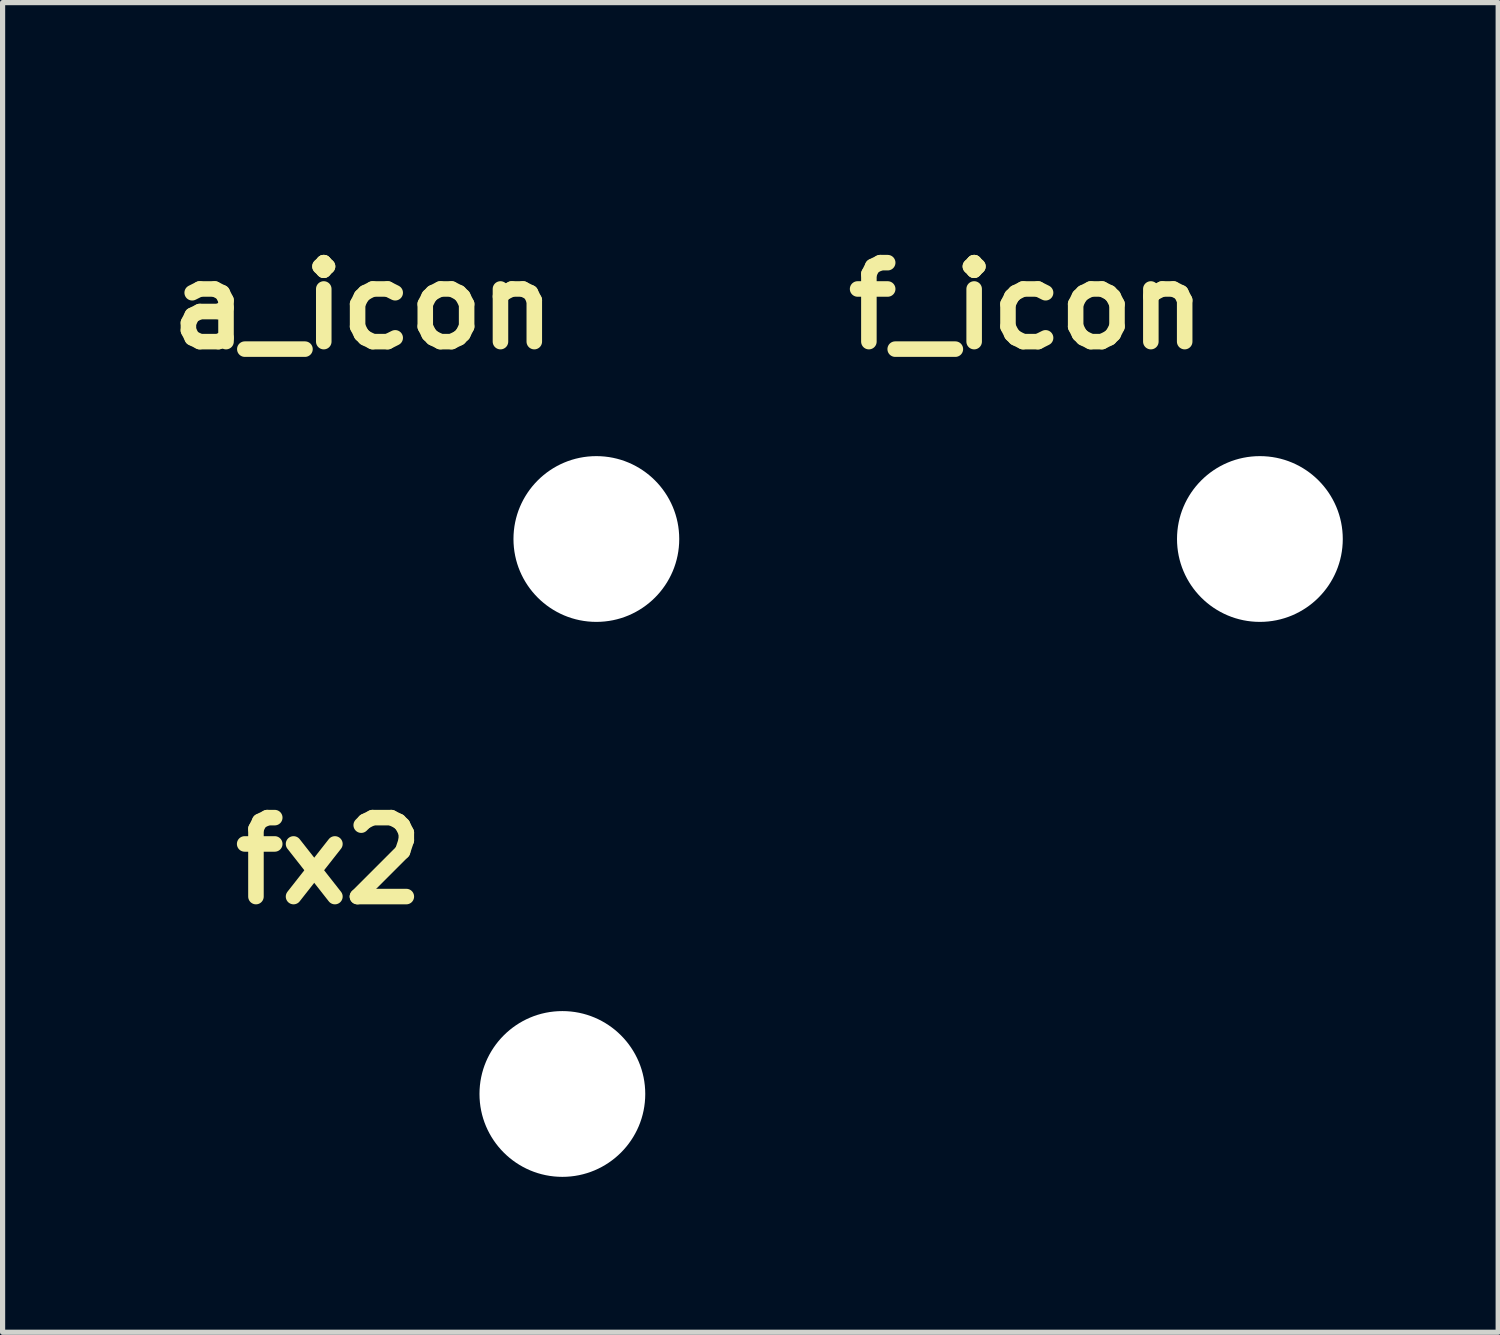
<source format=kicad_pcb>
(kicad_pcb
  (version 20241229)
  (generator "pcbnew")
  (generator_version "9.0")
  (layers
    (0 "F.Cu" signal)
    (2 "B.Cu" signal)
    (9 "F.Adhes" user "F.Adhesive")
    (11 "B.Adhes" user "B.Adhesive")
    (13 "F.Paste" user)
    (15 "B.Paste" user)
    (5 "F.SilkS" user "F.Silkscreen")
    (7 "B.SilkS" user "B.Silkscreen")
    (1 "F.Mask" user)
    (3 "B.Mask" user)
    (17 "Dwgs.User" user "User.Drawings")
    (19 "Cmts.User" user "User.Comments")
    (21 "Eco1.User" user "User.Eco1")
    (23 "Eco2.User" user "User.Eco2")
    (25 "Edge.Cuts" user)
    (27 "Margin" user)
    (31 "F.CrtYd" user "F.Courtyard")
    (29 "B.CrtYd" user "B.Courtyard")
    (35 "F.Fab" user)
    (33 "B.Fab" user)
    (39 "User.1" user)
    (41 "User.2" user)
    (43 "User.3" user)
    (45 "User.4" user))
  (footprint "fx2"
    (layer "F.Cu")
    (at 7.806 18.068)
    (property "Reference" "fx2" (at -4.5 -4.5 0) (layer "F.SilkS") (effects (font (size 1.524 1.524) (thickness 0.3))))
    (attr through_hole)
    (fp_poly (pts (xy -1.542 -3.761) (xy -1.465 -3.736) (xy -1.392 -3.698) (xy -1.326 -3.644) (xy -1.317 -3.636) (xy -1.264 -3.57) (xy -1.225 -3.498) (xy -1.201 -3.421) (xy -1.191 -3.342) (xy -1.196 -3.263) (xy -1.215 -3.185) (xy -1.248 -3.11) (xy -1.296 -3.042) (xy -1.322 -3.014) (xy -1.387 -2.961) (xy -1.46 -2.92) (xy -1.539 -2.895) (xy -1.622 -2.884) (xy -1.705 -2.889) (xy -1.738 -2.896) (xy -1.809 -2.92) (xy -1.877 -2.958) (xy -1.939 -3.006) (xy -1.99 -3.062) (xy -2.014 -3.098) (xy -2.05 -3.174) (xy -2.071 -3.255) (xy -2.077 -3.337) (xy -2.068 -3.418) (xy -2.044 -3.496) (xy -2.006 -3.568) (xy -1.98 -3.604) (xy -1.919 -3.665) (xy -1.851 -3.713) (xy -1.777 -3.746) (xy -1.7 -3.765) (xy -1.621 -3.77) (xy -1.542 -3.761)) (stroke (width 0.01) (type solid)) (fill yes) (layer "F.Mask"))
    (fp_poly (pts (xy -1.557 -6.101) (xy -1.477 -6.078) (xy -1.401 -6.041) (xy -1.334 -5.989) (xy -1.322 -5.977) (xy -1.267 -5.912) (xy -1.228 -5.841) (xy -1.203 -5.767) (xy -1.192 -5.69) (xy -1.194 -5.614) (xy -1.21 -5.539) (xy -1.238 -5.467) (xy -1.278 -5.401) (xy -1.33 -5.342) (xy -1.394 -5.293) (xy -1.468 -5.254) (xy -1.494 -5.244) (xy -1.543 -5.231) (xy -1.6 -5.224) (xy -1.659 -5.223) (xy -1.713 -5.228) (xy -1.733 -5.232) (xy -1.815 -5.261) (xy -1.887 -5.302) (xy -1.949 -5.354) (xy -1.999 -5.415) (xy -2.038 -5.483) (xy -2.064 -5.557) (xy -2.076 -5.634) (xy -2.075 -5.714) (xy -2.058 -5.794) (xy -2.026 -5.872) (xy -2.014 -5.894) (xy -1.972 -5.952) (xy -1.916 -6.005) (xy -1.851 -6.049) (xy -1.782 -6.082) (xy -1.726 -6.099) (xy -1.641 -6.108) (xy -1.557 -6.101)) (stroke (width 0.01) (type solid)) (fill yes) (layer "F.Mask"))
    (fp_poly (pts (xy -5.591 -6.031) (xy -5.501 -6.031) (xy -5.423 -6.03) (xy -5.355 -6.029) (xy -5.297 -6.028) (xy -5.248 -6.027) (xy -5.206 -6.025) (xy -5.172 -6.023) (xy -5.144 -6.02) (xy -5.121 -6.017) (xy -5.104 -6.014) (xy -5.09 -6.01) (xy -5.079 -6.005) (xy -5.07 -6) (xy -5.063 -5.995) (xy -5.057 -5.988) (xy -5.05 -5.981) (xy -5.044 -5.974) (xy -5.034 -5.963) (xy -5.015 -5.938) (xy -4.988 -5.902) (xy -4.954 -5.855) (xy -4.914 -5.799) (xy -4.868 -5.735) (xy -4.817 -5.664) (xy -4.762 -5.587) (xy -4.704 -5.505) (xy -4.644 -5.42) (xy -4.635 -5.408) (xy -4.576 -5.323) (xy -4.519 -5.242) (xy -4.465 -5.167) (xy -4.416 -5.098) (xy -4.372 -5.037) (xy -4.334 -4.983) (xy -4.302 -4.939) (xy -4.277 -4.906) (xy -4.261 -4.884) (xy -4.253 -4.875) (xy -4.253 -4.875) (xy -4.247 -4.882) (xy -4.232 -4.902) (xy -4.209 -4.933) (xy -4.179 -4.975) (xy -4.142 -5.027) (xy -4.099 -5.087) (xy -4.05 -5.155) (xy -3.997 -5.229) (xy -3.941 -5.309) (xy -3.882 -5.393) (xy -3.87 -5.41) (xy -3.809 -5.495) (xy -3.751 -5.576) (xy -3.696 -5.653) (xy -3.646 -5.724) (xy -3.6 -5.789) (xy -3.559 -5.845) (xy -3.525 -5.892) (xy -3.499 -5.928) (xy -3.48 -5.953) (xy -3.47 -5.966) (xy -3.469 -5.967) (xy -3.425 -6.003) (xy -3.375 -6.023) (xy -3.321 -6.028) (xy -3.266 -6.017) (xy -3.221 -5.995) (xy -3.179 -5.961) (xy -3.149 -5.917) (xy -3.13 -5.867) (xy -3.126 -5.814) (xy -3.135 -5.763) (xy -3.139 -5.752) (xy -3.146 -5.741) (xy -3.162 -5.717) (xy -3.186 -5.681) (xy -3.218 -5.635) (xy -3.256 -5.579) (xy -3.301 -5.515) (xy -3.351 -5.443) (xy -3.406 -5.365) (xy -3.464 -5.281) (xy -3.526 -5.194) (xy -3.572 -5.129) (xy -3.635 -5.039) (xy -3.696 -4.953) (xy -3.753 -4.872) (xy -3.806 -4.797) (xy -3.854 -4.729) (xy -3.896 -4.669) (xy -3.932 -4.618) (xy -3.961 -4.576) (xy -3.981 -4.546) (xy -3.994 -4.528) (xy -3.997 -4.522) (xy -3.993 -4.513) (xy -3.98 -4.492) (xy -3.957 -4.457) (xy -3.927 -4.411) (xy -3.888 -4.355) (xy -3.842 -4.288) (xy -3.789 -4.211) (xy -3.729 -4.126) (xy -3.664 -4.033) (xy -3.593 -3.933) (xy -3.592 -3.932) (xy -3.529 -3.843) (xy -3.469 -3.757) (xy -3.411 -3.676) (xy -3.358 -3.6) (xy -3.309 -3.531) (xy -3.266 -3.47) (xy -3.229 -3.418) (xy -3.199 -3.375) (xy -3.177 -3.344) (xy -3.164 -3.324) (xy -3.16 -3.319) (xy -3.136 -3.267) (xy -3.126 -3.213) (xy -3.131 -3.159) (xy -3.15 -3.109) (xy -3.183 -3.065) (xy -3.219 -3.036) (xy -3.271 -3.012) (xy -3.326 -3.004) (xy -3.382 -3.012) (xy -3.434 -3.035) (xy -3.443 -3.041) (xy -3.454 -3.051) (xy -3.473 -3.075) (xy -3.501 -3.11) (xy -3.537 -3.159) (xy -3.582 -3.22) (xy -3.636 -3.295) (xy -3.699 -3.383) (xy -3.772 -3.484) (xy -3.853 -3.6) (xy -3.862 -3.611) (xy -3.922 -3.697) (xy -3.98 -3.779) (xy -4.035 -3.855) (xy -4.085 -3.926) (xy -4.13 -3.989) (xy -4.169 -4.044) (xy -4.202 -4.089) (xy -4.227 -4.125) (xy -4.245 -4.149) (xy -4.254 -4.16) (xy -4.255 -4.161) (xy -4.26 -4.154) (xy -4.274 -4.135) (xy -4.297 -4.103) (xy -4.327 -4.061) (xy -4.364 -4.009) (xy -4.407 -3.949) (xy -4.456 -3.881) (xy -4.509 -3.806) (xy -4.565 -3.726) (xy -4.625 -3.642) (xy -4.648 -3.61) (xy -4.728 -3.496) (xy -4.799 -3.396) (xy -4.861 -3.309) (xy -4.915 -3.235) (xy -4.96 -3.174) (xy -4.997 -3.124) (xy -5.026 -3.086) (xy -5.047 -3.06) (xy -5.062 -3.044) (xy -5.067 -3.039) (xy -5.118 -3.015) (xy -5.172 -3.005) (xy -5.225 -3.01) (xy -5.275 -3.028) (xy -5.318 -3.059) (xy -5.352 -3.102) (xy -5.358 -3.114) (xy -5.376 -3.164) (xy -5.381 -3.217) (xy -5.373 -3.267) (xy -5.363 -3.29) (xy -5.356 -3.302) (xy -5.339 -3.326) (xy -5.315 -3.363) (xy -5.282 -3.409) (xy -5.243 -3.466) (xy -5.198 -3.53) (xy -5.147 -3.603) (xy -5.092 -3.681) (xy -5.034 -3.765) (xy -4.972 -3.852) (xy -4.927 -3.915) (xy -4.864 -4.004) (xy -4.804 -4.09) (xy -4.747 -4.17) (xy -4.695 -4.245) (xy -4.648 -4.312) (xy -4.606 -4.372) (xy -4.571 -4.423) (xy -4.543 -4.464) (xy -4.523 -4.493) (xy -4.511 -4.511) (xy -4.508 -4.516) (xy -4.513 -4.524) (xy -4.527 -4.545) (xy -4.549 -4.578) (xy -4.579 -4.621) (xy -4.616 -4.674) (xy -4.658 -4.735) (xy -4.706 -4.804) (xy -4.759 -4.879) (xy -4.816 -4.959) (xy -4.876 -5.044) (xy -4.896 -5.073) (xy -5.284 -5.621) (xy -6.34 -5.624) (xy -7.395 -5.626) (xy -7.395 -4.737) (xy -6.695 -4.737) (xy -6.557 -4.737) (xy -6.436 -4.737) (xy -6.33 -4.736) (xy -6.238 -4.736) (xy -6.161 -4.735) (xy -6.098 -4.734) (xy -6.047 -4.733) (xy -6.009 -4.731) (xy -5.982 -4.73) (xy -5.966 -4.728) (xy -5.963 -4.727) (xy -5.915 -4.704) (xy -5.876 -4.669) (xy -5.848 -4.623) (xy -5.832 -4.569) (xy -5.829 -4.533) (xy -5.836 -4.475) (xy -5.859 -4.426) (xy -5.896 -4.385) (xy -5.93 -4.361) (xy -5.977 -4.335) (xy -7.394 -4.33) (xy -7.396 -3.74) (xy -7.397 -3.624) (xy -7.397 -3.524) (xy -7.398 -3.438) (xy -7.398 -3.365) (xy -7.399 -3.305) (xy -7.4 -3.255) (xy -7.402 -3.214) (xy -7.404 -3.182) (xy -7.407 -3.156) (xy -7.411 -3.136) (xy -7.415 -3.121) (xy -7.421 -3.108) (xy -7.427 -3.098) (xy -7.435 -3.088) (xy -7.444 -3.078) (xy -7.45 -3.07) (xy -7.484 -3.041) (xy -7.527 -3.019) (xy -7.575 -3.006) (xy -7.621 -3.004) (xy -7.649 -3.009) (xy -7.697 -3.032) (xy -7.739 -3.063) (xy -7.772 -3.101) (xy -7.791 -3.142) (xy -7.792 -3.143) (xy -7.793 -3.155) (xy -7.794 -3.182) (xy -7.796 -3.223) (xy -7.797 -3.279) (xy -7.797 -3.35) (xy -7.798 -3.437) (xy -7.799 -3.538) (xy -7.799 -3.656) (xy -7.8 -3.789) (xy -7.8 -3.939) (xy -7.801 -4.104) (xy -7.801 -4.287) (xy -7.801 -4.485) (xy -7.801 -4.524) (xy -7.801 -4.703) (xy -7.801 -4.866) (xy -7.801 -5.014) (xy -7.801 -5.147) (xy -7.801 -5.267) (xy -7.801 -5.373) (xy -7.8 -5.467) (xy -7.8 -5.55) (xy -7.799 -5.622) (xy -7.798 -5.685) (xy -7.797 -5.738) (xy -7.796 -5.783) (xy -7.794 -5.821) (xy -7.792 -5.852) (xy -7.789 -5.877) (xy -7.786 -5.896) (xy -7.783 -5.912) (xy -7.78 -5.924) (xy -7.775 -5.933) (xy -7.771 -5.94) (xy -7.765 -5.946) (xy -7.76 -5.951) (xy -7.753 -5.957) (xy -7.748 -5.963) (xy -7.722 -5.986) (xy -7.693 -6.006) (xy -7.687 -6.009) (xy -7.653 -6.028) (xy -6.409 -6.03) (xy -6.235 -6.03) (xy -6.077 -6.031) (xy -5.935 -6.031) (xy -5.807 -6.031) (xy -5.692 -6.031) (xy -5.591 -6.031)) (stroke (width 0.01) (type solid)) (fill yes) (layer "F.Mask"))
    (fp_poly (pts (xy -1.542 -3.761) (xy -1.465 -3.736) (xy -1.392 -3.698) (xy -1.326 -3.644) (xy -1.317 -3.636) (xy -1.264 -3.57) (xy -1.225 -3.498) (xy -1.201 -3.421) (xy -1.191 -3.342) (xy -1.196 -3.263) (xy -1.215 -3.185) (xy -1.248 -3.11) (xy -1.296 -3.042) (xy -1.322 -3.014) (xy -1.387 -2.961) (xy -1.46 -2.92) (xy -1.539 -2.895) (xy -1.622 -2.884) (xy -1.705 -2.889) (xy -1.738 -2.896) (xy -1.809 -2.92) (xy -1.877 -2.958) (xy -1.939 -3.006) (xy -1.99 -3.062) (xy -2.014 -3.098) (xy -2.05 -3.174) (xy -2.071 -3.255) (xy -2.077 -3.337) (xy -2.068 -3.418) (xy -2.044 -3.496) (xy -2.006 -3.568) (xy -1.98 -3.604) (xy -1.919 -3.665) (xy -1.851 -3.713) (xy -1.777 -3.746) (xy -1.7 -3.765) (xy -1.621 -3.77) (xy -1.542 -3.761)) (stroke (width 0.01) (type solid)) (fill yes) (layer "B.Mask"))
    (fp_poly (pts (xy -1.557 -6.101) (xy -1.477 -6.078) (xy -1.401 -6.041) (xy -1.334 -5.989) (xy -1.322 -5.977) (xy -1.267 -5.912) (xy -1.228 -5.841) (xy -1.203 -5.767) (xy -1.192 -5.69) (xy -1.194 -5.614) (xy -1.21 -5.539) (xy -1.238 -5.467) (xy -1.278 -5.401) (xy -1.33 -5.342) (xy -1.394 -5.293) (xy -1.468 -5.254) (xy -1.494 -5.244) (xy -1.543 -5.231) (xy -1.6 -5.224) (xy -1.659 -5.223) (xy -1.713 -5.228) (xy -1.733 -5.232) (xy -1.815 -5.261) (xy -1.887 -5.302) (xy -1.949 -5.354) (xy -1.999 -5.415) (xy -2.038 -5.483) (xy -2.064 -5.557) (xy -2.076 -5.634) (xy -2.075 -5.714) (xy -2.058 -5.794) (xy -2.026 -5.872) (xy -2.014 -5.894) (xy -1.972 -5.952) (xy -1.916 -6.005) (xy -1.851 -6.049) (xy -1.782 -6.082) (xy -1.726 -6.099) (xy -1.641 -6.108) (xy -1.557 -6.101)) (stroke (width 0.01) (type solid)) (fill yes) (layer "B.Mask"))
    (fp_poly (pts (xy -5.591 -6.031) (xy -5.501 -6.031) (xy -5.423 -6.03) (xy -5.355 -6.029) (xy -5.297 -6.028) (xy -5.248 -6.027) (xy -5.206 -6.025) (xy -5.172 -6.023) (xy -5.144 -6.02) (xy -5.121 -6.017) (xy -5.104 -6.014) (xy -5.09 -6.01) (xy -5.079 -6.005) (xy -5.07 -6) (xy -5.063 -5.995) (xy -5.057 -5.988) (xy -5.05 -5.981) (xy -5.044 -5.974) (xy -5.034 -5.963) (xy -5.015 -5.938) (xy -4.988 -5.902) (xy -4.954 -5.855) (xy -4.914 -5.799) (xy -4.868 -5.735) (xy -4.817 -5.664) (xy -4.762 -5.587) (xy -4.704 -5.505) (xy -4.644 -5.42) (xy -4.635 -5.408) (xy -4.576 -5.323) (xy -4.519 -5.242) (xy -4.465 -5.167) (xy -4.416 -5.098) (xy -4.372 -5.037) (xy -4.334 -4.983) (xy -4.302 -4.939) (xy -4.277 -4.906) (xy -4.261 -4.884) (xy -4.253 -4.875) (xy -4.253 -4.875) (xy -4.247 -4.882) (xy -4.232 -4.902) (xy -4.209 -4.933) (xy -4.179 -4.975) (xy -4.142 -5.027) (xy -4.099 -5.087) (xy -4.05 -5.155) (xy -3.997 -5.229) (xy -3.941 -5.309) (xy -3.882 -5.393) (xy -3.87 -5.41) (xy -3.809 -5.495) (xy -3.751 -5.576) (xy -3.696 -5.653) (xy -3.646 -5.724) (xy -3.6 -5.789) (xy -3.559 -5.845) (xy -3.525 -5.892) (xy -3.499 -5.928) (xy -3.48 -5.953) (xy -3.47 -5.966) (xy -3.469 -5.967) (xy -3.425 -6.003) (xy -3.375 -6.023) (xy -3.321 -6.028) (xy -3.266 -6.017) (xy -3.221 -5.995) (xy -3.179 -5.961) (xy -3.149 -5.917) (xy -3.13 -5.867) (xy -3.126 -5.814) (xy -3.135 -5.763) (xy -3.139 -5.752) (xy -3.146 -5.741) (xy -3.162 -5.717) (xy -3.186 -5.681) (xy -3.218 -5.635) (xy -3.256 -5.579) (xy -3.301 -5.515) (xy -3.351 -5.443) (xy -3.406 -5.365) (xy -3.464 -5.281) (xy -3.526 -5.194) (xy -3.572 -5.129) (xy -3.635 -5.039) (xy -3.696 -4.953) (xy -3.753 -4.872) (xy -3.806 -4.797) (xy -3.854 -4.729) (xy -3.896 -4.669) (xy -3.932 -4.618) (xy -3.961 -4.576) (xy -3.981 -4.546) (xy -3.994 -4.528) (xy -3.997 -4.522) (xy -3.993 -4.513) (xy -3.98 -4.492) (xy -3.957 -4.457) (xy -3.927 -4.411) (xy -3.888 -4.355) (xy -3.842 -4.288) (xy -3.789 -4.211) (xy -3.729 -4.126) (xy -3.664 -4.033) (xy -3.593 -3.933) (xy -3.592 -3.932) (xy -3.529 -3.843) (xy -3.469 -3.757) (xy -3.411 -3.676) (xy -3.358 -3.6) (xy -3.309 -3.531) (xy -3.266 -3.47) (xy -3.229 -3.418) (xy -3.199 -3.375) (xy -3.177 -3.344) (xy -3.164 -3.324) (xy -3.16 -3.319) (xy -3.136 -3.267) (xy -3.126 -3.213) (xy -3.131 -3.159) (xy -3.15 -3.109) (xy -3.183 -3.065) (xy -3.219 -3.036) (xy -3.271 -3.012) (xy -3.326 -3.004) (xy -3.382 -3.012) (xy -3.434 -3.035) (xy -3.443 -3.041) (xy -3.454 -3.051) (xy -3.473 -3.075) (xy -3.501 -3.11) (xy -3.537 -3.159) (xy -3.582 -3.22) (xy -3.636 -3.295) (xy -3.699 -3.383) (xy -3.772 -3.484) (xy -3.853 -3.6) (xy -3.862 -3.611) (xy -3.922 -3.697) (xy -3.98 -3.779) (xy -4.035 -3.855) (xy -4.085 -3.926) (xy -4.13 -3.989) (xy -4.169 -4.044) (xy -4.202 -4.089) (xy -4.227 -4.125) (xy -4.245 -4.149) (xy -4.254 -4.16) (xy -4.255 -4.161) (xy -4.26 -4.154) (xy -4.274 -4.135) (xy -4.297 -4.103) (xy -4.327 -4.061) (xy -4.364 -4.009) (xy -4.407 -3.949) (xy -4.456 -3.881) (xy -4.509 -3.806) (xy -4.565 -3.726) (xy -4.625 -3.642) (xy -4.648 -3.61) (xy -4.728 -3.496) (xy -4.799 -3.396) (xy -4.861 -3.309) (xy -4.915 -3.235) (xy -4.96 -3.174) (xy -4.997 -3.124) (xy -5.026 -3.086) (xy -5.047 -3.06) (xy -5.062 -3.044) (xy -5.067 -3.039) (xy -5.118 -3.015) (xy -5.172 -3.005) (xy -5.225 -3.01) (xy -5.275 -3.028) (xy -5.318 -3.059) (xy -5.352 -3.102) (xy -5.358 -3.114) (xy -5.376 -3.164) (xy -5.381 -3.217) (xy -5.373 -3.267) (xy -5.363 -3.29) (xy -5.356 -3.302) (xy -5.339 -3.326) (xy -5.315 -3.363) (xy -5.282 -3.409) (xy -5.243 -3.466) (xy -5.198 -3.53) (xy -5.147 -3.603) (xy -5.092 -3.681) (xy -5.034 -3.765) (xy -4.972 -3.852) (xy -4.927 -3.915) (xy -4.864 -4.004) (xy -4.804 -4.09) (xy -4.747 -4.17) (xy -4.695 -4.245) (xy -4.648 -4.312) (xy -4.606 -4.372) (xy -4.571 -4.423) (xy -4.543 -4.464) (xy -4.523 -4.493) (xy -4.511 -4.511) (xy -4.508 -4.516) (xy -4.513 -4.524) (xy -4.527 -4.545) (xy -4.549 -4.578) (xy -4.579 -4.621) (xy -4.616 -4.674) (xy -4.658 -4.735) (xy -4.706 -4.804) (xy -4.759 -4.879) (xy -4.816 -4.959) (xy -4.876 -5.044) (xy -4.896 -5.073) (xy -5.284 -5.621) (xy -6.34 -5.624) (xy -7.395 -5.626) (xy -7.395 -4.737) (xy -6.695 -4.737) (xy -6.557 -4.737) (xy -6.436 -4.737) (xy -6.33 -4.736) (xy -6.238 -4.736) (xy -6.161 -4.735) (xy -6.098 -4.734) (xy -6.047 -4.733) (xy -6.009 -4.731) (xy -5.982 -4.73) (xy -5.966 -4.728) (xy -5.963 -4.727) (xy -5.915 -4.704) (xy -5.876 -4.669) (xy -5.848 -4.623) (xy -5.832 -4.569) (xy -5.829 -4.533) (xy -5.836 -4.475) (xy -5.859 -4.426) (xy -5.896 -4.385) (xy -5.93 -4.361) (xy -5.977 -4.335) (xy -7.394 -4.33) (xy -7.396 -3.74) (xy -7.397 -3.624) (xy -7.397 -3.524) (xy -7.398 -3.438) (xy -7.398 -3.365) (xy -7.399 -3.305) (xy -7.4 -3.255) (xy -7.402 -3.214) (xy -7.404 -3.182) (xy -7.407 -3.156) (xy -7.411 -3.136) (xy -7.415 -3.121) (xy -7.421 -3.108) (xy -7.427 -3.098) (xy -7.435 -3.088) (xy -7.444 -3.078) (xy -7.45 -3.07) (xy -7.484 -3.041) (xy -7.527 -3.019) (xy -7.575 -3.006) (xy -7.621 -3.004) (xy -7.649 -3.009) (xy -7.697 -3.032) (xy -7.739 -3.063) (xy -7.772 -3.101) (xy -7.791 -3.142) (xy -7.792 -3.143) (xy -7.793 -3.155) (xy -7.794 -3.182) (xy -7.796 -3.223) (xy -7.797 -3.279) (xy -7.797 -3.35) (xy -7.798 -3.437) (xy -7.799 -3.538) (xy -7.799 -3.656) (xy -7.8 -3.789) (xy -7.8 -3.939) (xy -7.801 -4.104) (xy -7.801 -4.287) (xy -7.801 -4.485) (xy -7.801 -4.524) (xy -7.801 -4.703) (xy -7.801 -4.866) (xy -7.801 -5.014) (xy -7.801 -5.147) (xy -7.801 -5.267) (xy -7.801 -5.373) (xy -7.8 -5.467) (xy -7.8 -5.55) (xy -7.799 -5.622) (xy -7.798 -5.685) (xy -7.797 -5.738) (xy -7.796 -5.783) (xy -7.794 -5.821) (xy -7.792 -5.852) (xy -7.789 -5.877) (xy -7.786 -5.896) (xy -7.783 -5.912) (xy -7.78 -5.924) (xy -7.775 -5.933) (xy -7.771 -5.94) (xy -7.765 -5.946) (xy -7.76 -5.951) (xy -7.753 -5.957) (xy -7.748 -5.963) (xy -7.722 -5.986) (xy -7.693 -6.006) (xy -7.687 -6.009) (xy -7.653 -6.028) (xy -6.409 -6.03) (xy -6.235 -6.03) (xy -6.077 -6.031) (xy -5.935 -6.031) (xy -5.807 -6.031) (xy -5.692 -6.031) (xy -5.591 -6.031)) (stroke (width 0.01) (type solid)) (fill yes) (layer "B.Mask"))
    (pad "" np_thru_hole circle (at 0 0) (size 3.2 3.2) (drill 3.2) (layers "*.Cu" "*.Mask")))
  (footprint "f_icon"
    (layer "F.Cu")
    (at 21.271 7.355)
    (property "Reference" "f_icon" (at -4.5 -4.5 0) (layer "F.SilkS") (effects (font (size 1.524 1.524) (thickness 0.3))))
    (attr through_hole)
    (fp_text user "F" (at -4.445 -4.547 0) (layer "F.Mask") (effects (font (size 3 3) (thickness 0.6))))
    (fp_text user "F" (at -4.445 -4.547 0) (layer "B.Mask") (effects (font (size 3 3) (thickness 0.6))))
    (pad "" np_thru_hole circle (at 0 0) (size 3.2 3.2) (drill 3.2) (layers "*.Cu" "*.Mask")))
  (footprint "a_icon"
    (layer "F.Cu")
    (at 8.462 7.355)
    (property "Reference" "a_icon" (at -4.5 -4.5 0) (layer "F.SilkS") (effects (font (size 1.524 1.524) (thickness 0.3))))
    (attr through_hole)
    (fp_text user "A" (at -4.445 -4.547 0) (layer "F.Mask") (effects (font (size 3 3) (thickness 0.6))))
    (fp_text user "A" (at -4.445 -4.547 0) (layer "B.Mask") (effects (font (size 3 3) (thickness 0.6))))
    (pad "" np_thru_hole circle (at 0 0) (size 3.2 3.2) (drill 3.2) (layers "*.Cu" "*.Mask")))
  (gr_rect
    (start -3 -3)
    (end 25.871 22.668)
    (stroke (width 0.1) (type default))
    (fill no)
    (layer "Edge.Cuts")))
</source>
